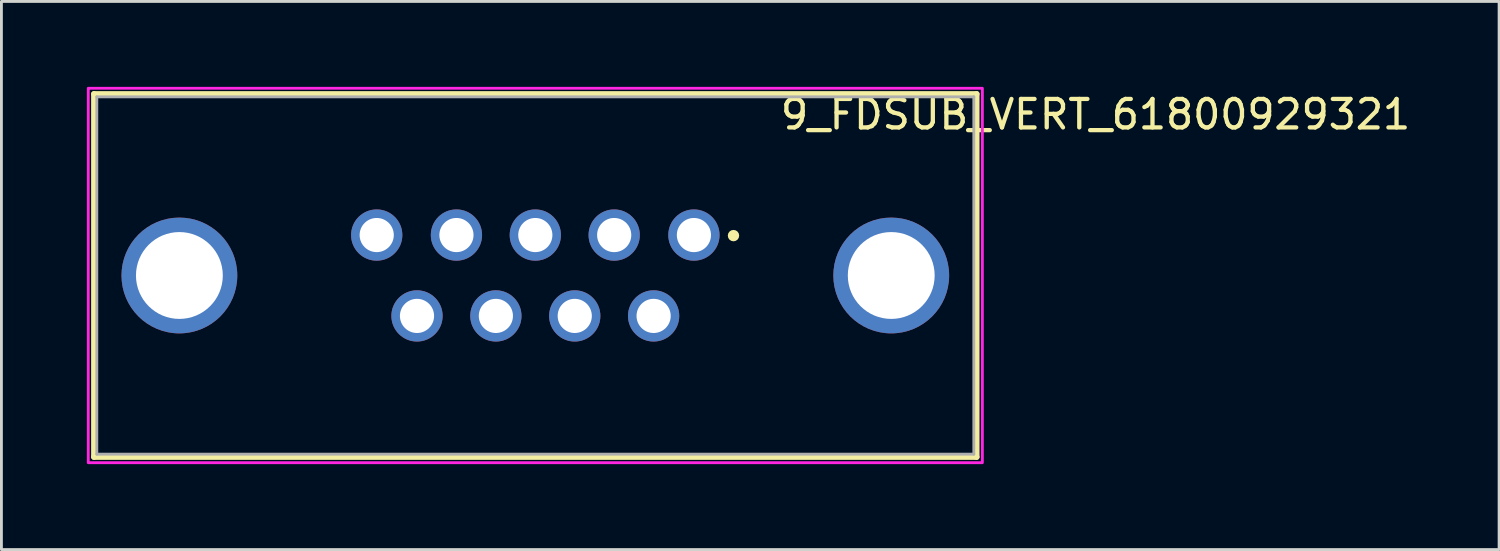
<source format=kicad_pcb>
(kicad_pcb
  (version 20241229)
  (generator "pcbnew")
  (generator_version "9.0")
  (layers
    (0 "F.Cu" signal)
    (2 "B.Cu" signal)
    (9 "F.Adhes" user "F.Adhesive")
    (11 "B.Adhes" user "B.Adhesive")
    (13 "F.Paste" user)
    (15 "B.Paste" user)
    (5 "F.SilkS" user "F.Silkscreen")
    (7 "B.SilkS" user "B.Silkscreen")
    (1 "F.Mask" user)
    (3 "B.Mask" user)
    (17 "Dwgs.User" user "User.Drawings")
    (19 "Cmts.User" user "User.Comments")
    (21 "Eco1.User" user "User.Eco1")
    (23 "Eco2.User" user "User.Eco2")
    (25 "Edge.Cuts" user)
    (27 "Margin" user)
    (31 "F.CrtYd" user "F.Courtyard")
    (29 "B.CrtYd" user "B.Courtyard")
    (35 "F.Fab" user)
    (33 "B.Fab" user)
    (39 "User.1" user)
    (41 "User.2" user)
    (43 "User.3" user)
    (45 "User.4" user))
  (footprint "9_FDSUB_VERT_61800929321"
    (layer "F.Cu")
    (at 15.75 6.625)
    (property "Reference" "9_FDSUB_VERT_61800929321" (at 19.675 -5.655 0) (layer "F.SilkS") (effects (font (size 1 1) (thickness 0.15))))
    (attr through_hole)
    (fp_line (start -15.5 -6.375) (end 15.5 -6.375) (stroke (width 0.2) (type solid)) (layer "F.SilkS"))
    (fp_line (start -15.5 6.375) (end -15.5 -6.375) (stroke (width 0.2) (type solid)) (layer "F.SilkS"))
    (fp_line (start 15.5 -6.375) (end 15.5 6.375) (stroke (width 0.2) (type solid)) (layer "F.SilkS"))
    (fp_line (start 15.5 6.375) (end -15.5 6.375) (stroke (width 0.2) (type solid)) (layer "F.SilkS"))
    (fp_circle (center 6.96 -1.4) (end 7.06 -1.4) (stroke (width 0.2) (type solid)) (fill no) (layer "F.SilkS"))
    (fp_poly (pts (xy -15.7 -6.575) (xy 15.7 -6.575) (xy 15.7 6.575) (xy -15.7 6.575)) (stroke (width 0.1) (type solid)) (fill no) (layer "F.CrtYd"))
    (fp_line (start -15.4 -6.275) (end 15.4 -6.275) (stroke (width 0.1) (type solid)) (layer "F.Fab"))
    (fp_line (start -15.4 6.275) (end -15.4 -6.275) (stroke (width 0.1) (type solid)) (layer "F.Fab"))
    (fp_line (start 15.4 -6.275) (end 15.4 6.275) (stroke (width 0.1) (type solid)) (layer "F.Fab"))
    (fp_line (start 15.4 6.275) (end -15.4 6.275) (stroke (width 0.1) (type solid)) (layer "F.Fab"))
    (pad "1" thru_hole circle (at 5.57 -1.42) (size 1.8 1.8) (drill 1.2) (layers "*.Cu" "*.Mask"))
    (pad "2" thru_hole circle (at 2.77 -1.42) (size 1.8 1.8) (drill 1.2) (layers "*.Cu" "*.Mask"))
    (pad "3" thru_hole circle (at 0 -1.42) (size 1.8 1.8) (drill 1.2) (layers "*.Cu" "*.Mask"))
    (pad "4" thru_hole circle (at -2.77 -1.42) (size 1.8 1.8) (drill 1.2) (layers "*.Cu" "*.Mask"))
    (pad "5" thru_hole circle (at -5.57 -1.42) (size 1.8 1.8) (drill 1.2) (layers "*.Cu" "*.Mask"))
    (pad "6" thru_hole circle (at 4.155 1.42) (size 1.8 1.8) (drill 1.2) (layers "*.Cu" "*.Mask"))
    (pad "7" thru_hole circle (at 1.385 1.42) (size 1.8 1.8) (drill 1.2) (layers "*.Cu" "*.Mask"))
    (pad "8" thru_hole circle (at -1.385 1.42) (size 1.8 1.8) (drill 1.2) (layers "*.Cu" "*.Mask"))
    (pad "9" thru_hole circle (at -4.155 1.42) (size 1.8 1.8) (drill 1.2) (layers "*.Cu" "*.Mask"))
    (pad "S1" thru_hole circle (at -12.5 0) (size 4.066 4.066) (drill 3.05) (layers "*.Cu" "*.Mask"))
    (pad "S2" thru_hole circle (at 12.5 0) (size 4.066 4.066) (drill 3.05) (layers "*.Cu" "*.Mask")))
  (gr_rect
    (start -3 -3)
    (end 49.598 16.25)
    (stroke (width 0.1) (type default))
    (fill no)
    (layer "Edge.Cuts")))
</source>
